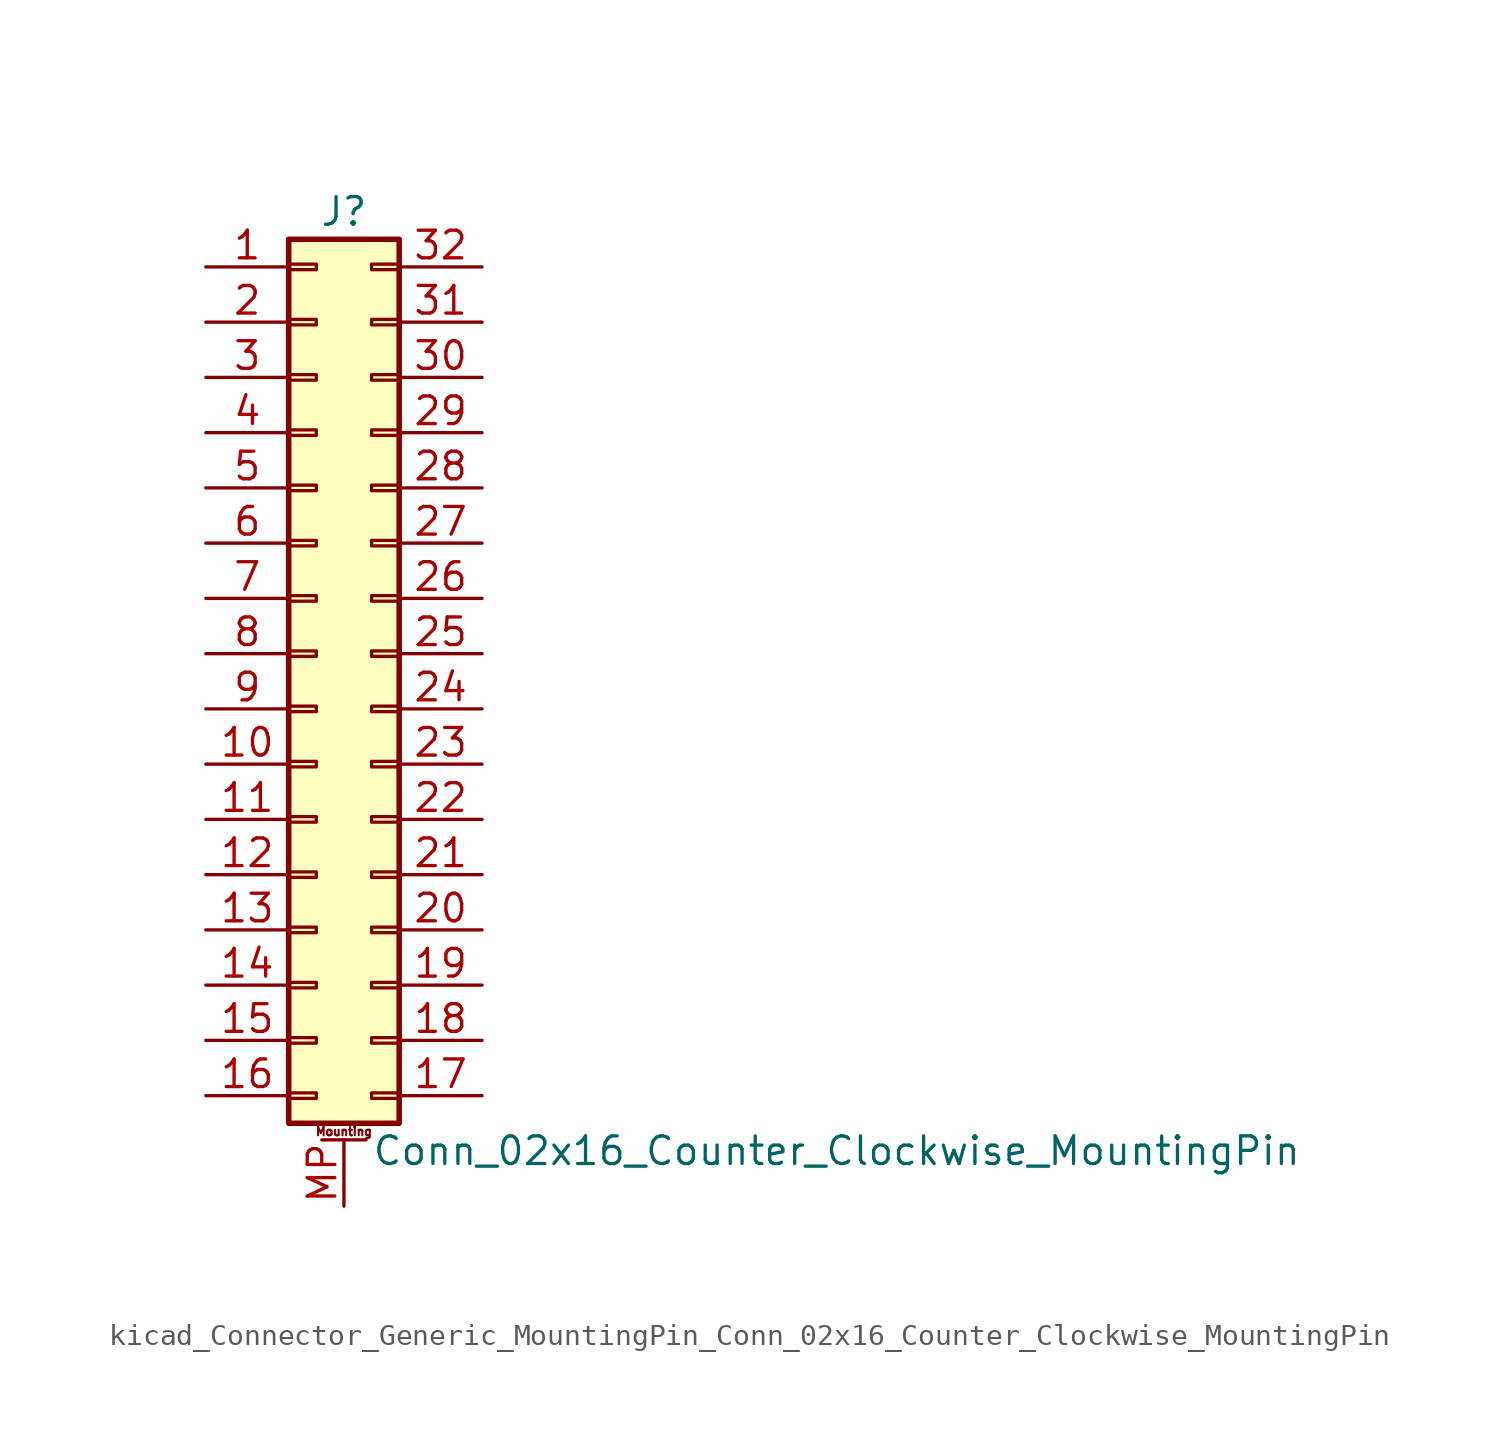
<source format=kicad_sym>
(kicad_symbol_lib
  (version 20220914)
  (generator kicad_symbol_editor)
  (symbol "kicad_Connector_Generic_MountingPin_Conn_02x16_Counter_Clockwise_MountingPin"
    (pin_names
      (offset 1.016) hide)
    (property "Reference" "J"
      (at 1.27 20.32 0)
      (effects (font (size 1.27 1.27))))
    (property "Value" "Conn_02x16_Counter_Clockwise_MountingPin"
      (at 2.54 -22.86 0)
      (effects (font (size 1.27 1.27)) (justify left)))
    (symbol "kicad_Connector_Generic_MountingPin_Conn_02x16_Counter_Clockwise_MountingPin_1_1"
      (rectangle (start -1.27 -20.193) (end 0 -20.447) (stroke (width 0.152) (type default)) (fill (type none)))
      (rectangle (start -1.27 -17.653) (end 0 -17.907) (stroke (width 0.152) (type default)) (fill (type none)))
      (rectangle (start -1.27 -15.113) (end 0 -15.367) (stroke (width 0.152) (type default)) (fill (type none)))
      (rectangle (start -1.27 -12.573) (end 0 -12.827) (stroke (width 0.152) (type default)) (fill (type none)))
      (rectangle (start -1.27 -10.033) (end 0 -10.287) (stroke (width 0.152) (type default)) (fill (type none)))
      (rectangle (start -1.27 -7.493) (end 0 -7.747) (stroke (width 0.152) (type default)) (fill (type none)))
      (rectangle (start -1.27 -4.953) (end 0 -5.207) (stroke (width 0.152) (type default)) (fill (type none)))
      (rectangle (start -1.27 -2.413) (end 0 -2.667) (stroke (width 0.152) (type default)) (fill (type none)))
      (rectangle (start -1.27 0.127) (end 0 -0.127) (stroke (width 0.152) (type default)) (fill (type none)))
      (rectangle (start -1.27 2.667) (end 0 2.413) (stroke (width 0.152) (type default)) (fill (type none)))
      (rectangle (start -1.27 5.207) (end 0 4.953) (stroke (width 0.152) (type default)) (fill (type none)))
      (rectangle (start -1.27 7.747) (end 0 7.493) (stroke (width 0.152) (type default)) (fill (type none)))
      (rectangle (start -1.27 10.287) (end 0 10.033) (stroke (width 0.152) (type default)) (fill (type none)))
      (rectangle (start -1.27 12.827) (end 0 12.573) (stroke (width 0.152) (type default)) (fill (type none)))
      (rectangle (start -1.27 15.367) (end 0 15.113) (stroke (width 0.152) (type default)) (fill (type none)))
      (rectangle (start -1.27 17.907) (end 0 17.653) (stroke (width 0.152) (type default)) (fill (type none)))
      (rectangle (start -1.27 19.05) (end 3.81 -21.59) (stroke (width 0.254) (type default)) (fill (type background)))
      (polyline (pts (xy 0.254 -22.352) (xy 2.286 -22.352)) (stroke (width 0.152) (type default)) (fill (type none)))
      (rectangle (start 3.81 -20.193) (end 2.54 -20.447) (stroke (width 0.152) (type default)) (fill (type none)))
      (rectangle (start 3.81 -17.653) (end 2.54 -17.907) (stroke (width 0.152) (type default)) (fill (type none)))
      (rectangle (start 3.81 -15.113) (end 2.54 -15.367) (stroke (width 0.152) (type default)) (fill (type none)))
      (rectangle (start 3.81 -12.573) (end 2.54 -12.827) (stroke (width 0.152) (type default)) (fill (type none)))
      (rectangle (start 3.81 -10.033) (end 2.54 -10.287) (stroke (width 0.152) (type default)) (fill (type none)))
      (rectangle (start 3.81 -7.493) (end 2.54 -7.747) (stroke (width 0.152) (type default)) (fill (type none)))
      (rectangle (start 3.81 -4.953) (end 2.54 -5.207) (stroke (width 0.152) (type default)) (fill (type none)))
      (rectangle (start 3.81 -2.413) (end 2.54 -2.667) (stroke (width 0.152) (type default)) (fill (type none)))
      (rectangle (start 3.81 0.127) (end 2.54 -0.127) (stroke (width 0.152) (type default)) (fill (type none)))
      (rectangle (start 3.81 2.667) (end 2.54 2.413) (stroke (width 0.152) (type default)) (fill (type none)))
      (rectangle (start 3.81 5.207) (end 2.54 4.953) (stroke (width 0.152) (type default)) (fill (type none)))
      (rectangle (start 3.81 7.747) (end 2.54 7.493) (stroke (width 0.152) (type default)) (fill (type none)))
      (rectangle (start 3.81 10.287) (end 2.54 10.033) (stroke (width 0.152) (type default)) (fill (type none)))
      (rectangle (start 3.81 12.827) (end 2.54 12.573) (stroke (width 0.152) (type default)) (fill (type none)))
      (rectangle (start 3.81 15.367) (end 2.54 15.113) (stroke (width 0.152) (type default)) (fill (type none)))
      (rectangle (start 3.81 17.907) (end 2.54 17.653) (stroke (width 0.152) (type default)) (fill (type none)))
      (text "Mounting" (at 1.27 -21.971 0) (effects (font (size 0.381 0.381))))
      (pin passive line (at -5.08 17.78 0) (length 3.81) (name "Pin_1" (effects (font (size 1.27 1.27)))) (number "1" (effects (font (size 1.27 1.27)))))
      (pin passive line (at -5.08 -5.08 0) (length 3.81) (name "Pin_10" (effects (font (size 1.27 1.27)))) (number "10" (effects (font (size 1.27 1.27)))))
      (pin passive line (at -5.08 -7.62 0) (length 3.81) (name "Pin_11" (effects (font (size 1.27 1.27)))) (number "11" (effects (font (size 1.27 1.27)))))
      (pin passive line (at -5.08 -10.16 0) (length 3.81) (name "Pin_12" (effects (font (size 1.27 1.27)))) (number "12" (effects (font (size 1.27 1.27)))))
      (pin passive line (at -5.08 -12.7 0) (length 3.81) (name "Pin_13" (effects (font (size 1.27 1.27)))) (number "13" (effects (font (size 1.27 1.27)))))
      (pin passive line (at -5.08 -15.24 0) (length 3.81) (name "Pin_14" (effects (font (size 1.27 1.27)))) (number "14" (effects (font (size 1.27 1.27)))))
      (pin passive line (at -5.08 -17.78 0) (length 3.81) (name "Pin_15" (effects (font (size 1.27 1.27)))) (number "15" (effects (font (size 1.27 1.27)))))
      (pin passive line (at -5.08 -20.32 0) (length 3.81) (name "Pin_16" (effects (font (size 1.27 1.27)))) (number "16" (effects (font (size 1.27 1.27)))))
      (pin passive line (at 7.62 -20.32 180) (length 3.81) (name "Pin_17" (effects (font (size 1.27 1.27)))) (number "17" (effects (font (size 1.27 1.27)))))
      (pin passive line (at 7.62 -17.78 180) (length 3.81) (name "Pin_18" (effects (font (size 1.27 1.27)))) (number "18" (effects (font (size 1.27 1.27)))))
      (pin passive line (at 7.62 -15.24 180) (length 3.81) (name "Pin_19" (effects (font (size 1.27 1.27)))) (number "19" (effects (font (size 1.27 1.27)))))
      (pin passive line (at -5.08 15.24 0) (length 3.81) (name "Pin_2" (effects (font (size 1.27 1.27)))) (number "2" (effects (font (size 1.27 1.27)))))
      (pin passive line (at 7.62 -12.7 180) (length 3.81) (name "Pin_20" (effects (font (size 1.27 1.27)))) (number "20" (effects (font (size 1.27 1.27)))))
      (pin passive line (at 7.62 -10.16 180) (length 3.81) (name "Pin_21" (effects (font (size 1.27 1.27)))) (number "21" (effects (font (size 1.27 1.27)))))
      (pin passive line (at 7.62 -7.62 180) (length 3.81) (name "Pin_22" (effects (font (size 1.27 1.27)))) (number "22" (effects (font (size 1.27 1.27)))))
      (pin passive line (at 7.62 -5.08 180) (length 3.81) (name "Pin_23" (effects (font (size 1.27 1.27)))) (number "23" (effects (font (size 1.27 1.27)))))
      (pin passive line (at 7.62 -2.54 180) (length 3.81) (name "Pin_24" (effects (font (size 1.27 1.27)))) (number "24" (effects (font (size 1.27 1.27)))))
      (pin passive line (at 7.62 0 180) (length 3.81) (name "Pin_25" (effects (font (size 1.27 1.27)))) (number "25" (effects (font (size 1.27 1.27)))))
      (pin passive line (at 7.62 2.54 180) (length 3.81) (name "Pin_26" (effects (font (size 1.27 1.27)))) (number "26" (effects (font (size 1.27 1.27)))))
      (pin passive line (at 7.62 5.08 180) (length 3.81) (name "Pin_27" (effects (font (size 1.27 1.27)))) (number "27" (effects (font (size 1.27 1.27)))))
      (pin passive line (at 7.62 7.62 180) (length 3.81) (name "Pin_28" (effects (font (size 1.27 1.27)))) (number "28" (effects (font (size 1.27 1.27)))))
      (pin passive line (at 7.62 10.16 180) (length 3.81) (name "Pin_29" (effects (font (size 1.27 1.27)))) (number "29" (effects (font (size 1.27 1.27)))))
      (pin passive line (at -5.08 12.7 0) (length 3.81) (name "Pin_3" (effects (font (size 1.27 1.27)))) (number "3" (effects (font (size 1.27 1.27)))))
      (pin passive line (at 7.62 12.7 180) (length 3.81) (name "Pin_30" (effects (font (size 1.27 1.27)))) (number "30" (effects (font (size 1.27 1.27)))))
      (pin passive line (at 7.62 15.24 180) (length 3.81) (name "Pin_31" (effects (font (size 1.27 1.27)))) (number "31" (effects (font (size 1.27 1.27)))))
      (pin passive line (at 7.62 17.78 180) (length 3.81) (name "Pin_32" (effects (font (size 1.27 1.27)))) (number "32" (effects (font (size 1.27 1.27)))))
      (pin passive line (at -5.08 10.16 0) (length 3.81) (name "Pin_4" (effects (font (size 1.27 1.27)))) (number "4" (effects (font (size 1.27 1.27)))))
      (pin passive line (at -5.08 7.62 0) (length 3.81) (name "Pin_5" (effects (font (size 1.27 1.27)))) (number "5" (effects (font (size 1.27 1.27)))))
      (pin passive line (at -5.08 5.08 0) (length 3.81) (name "Pin_6" (effects (font (size 1.27 1.27)))) (number "6" (effects (font (size 1.27 1.27)))))
      (pin passive line (at -5.08 2.54 0) (length 3.81) (name "Pin_7" (effects (font (size 1.27 1.27)))) (number "7" (effects (font (size 1.27 1.27)))))
      (pin passive line (at -5.08 0 0) (length 3.81) (name "Pin_8" (effects (font (size 1.27 1.27)))) (number "8" (effects (font (size 1.27 1.27)))))
      (pin passive line (at -5.08 -2.54 0) (length 3.81) (name "Pin_9" (effects (font (size 1.27 1.27)))) (number "9" (effects (font (size 1.27 1.27)))))
      (pin passive line (at 1.27 -25.4 90) (length 3.048) (name "MountPin" (effects (font (size 1.27 1.27)))) (number "MP" (effects (font (size 1.27 1.27))))))))
</source>
